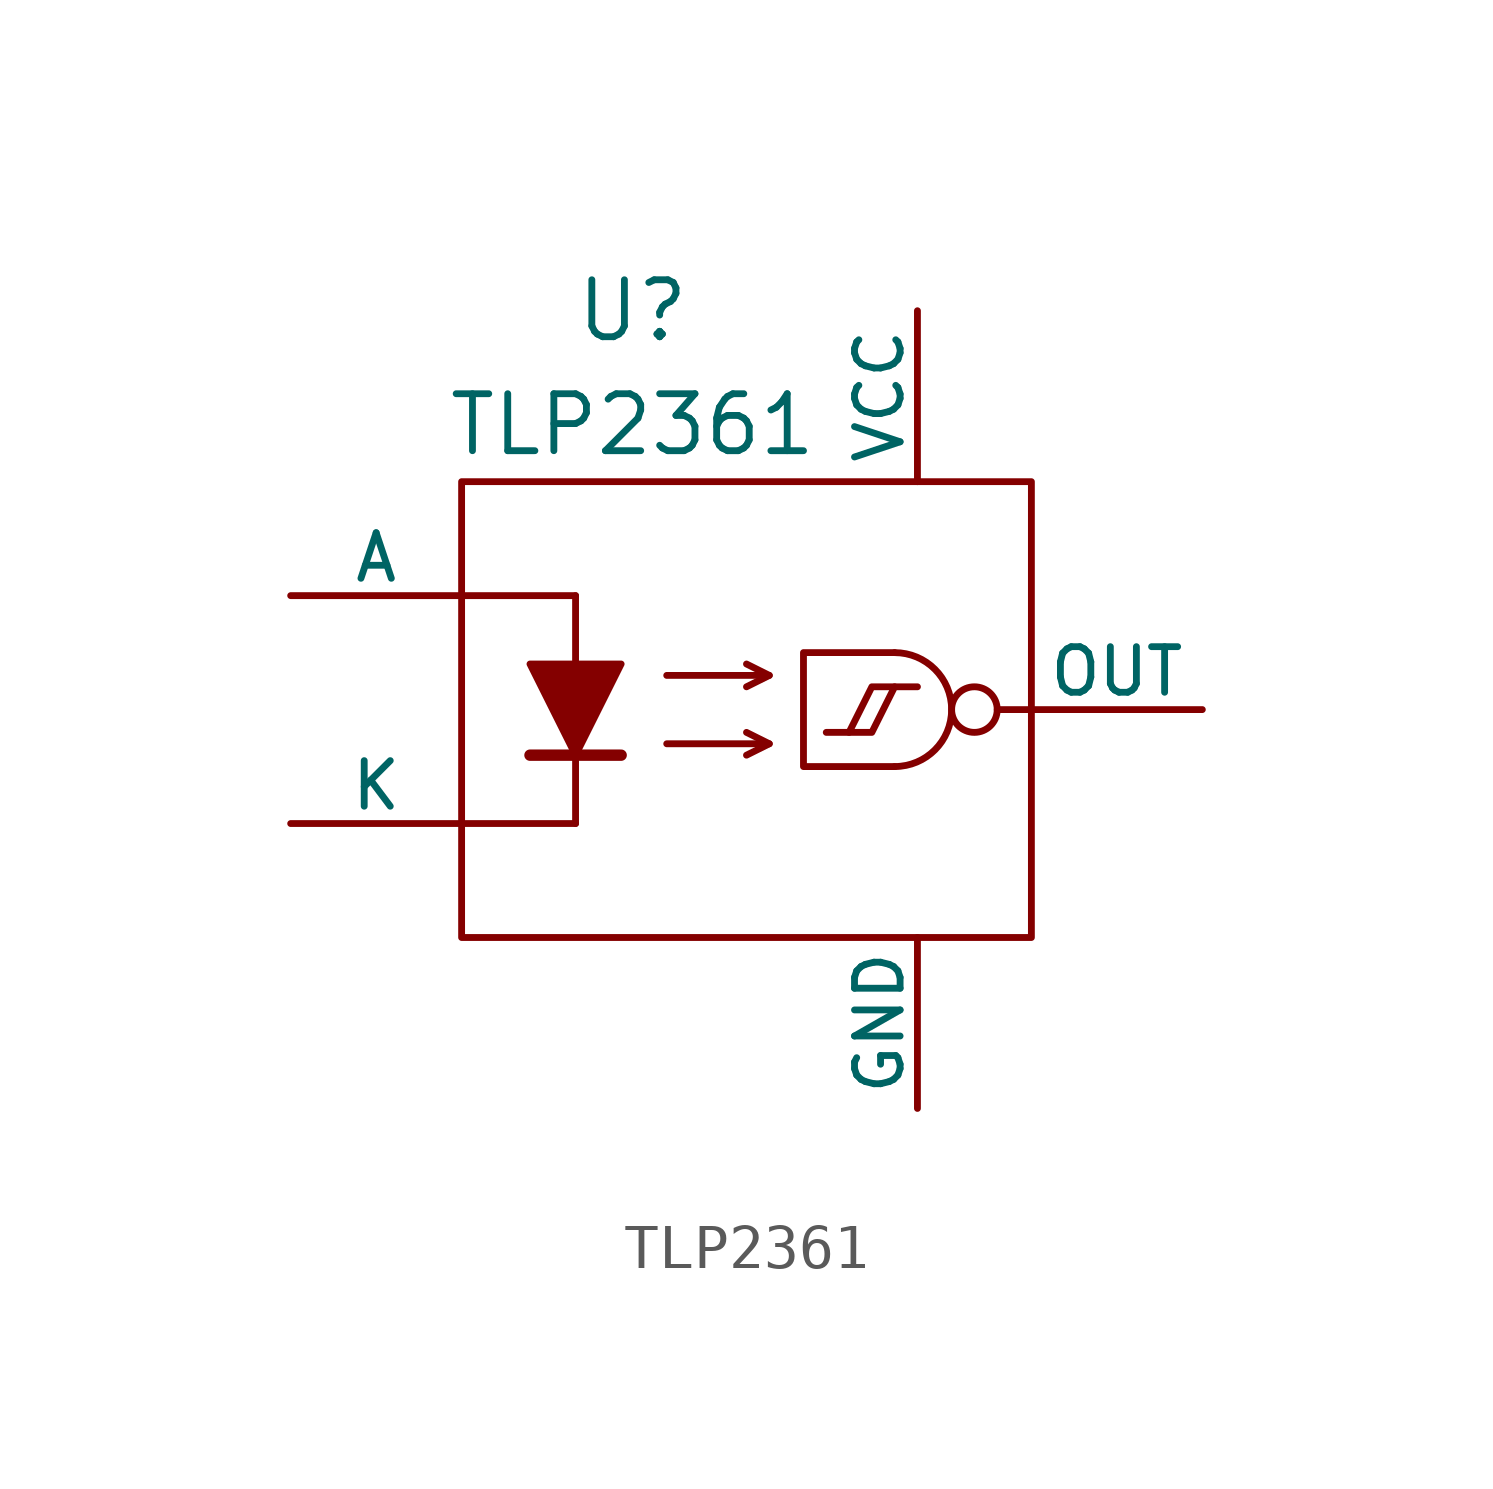
<source format=kicad_sym>
(kicad_symbol_lib
  (version 20211014)
  (generator kicad_symbol_editor)
  (symbol "TLP2361"
    (pin_numbers hide)
    (pin_names
      (offset 0))
    (property "Reference" "U"
      (at -2.54 1.27 0)
      (effects (font (size 1.27 1.27))))
    (property "Value" "TLP2361"
      (at -2.54 -1.27 0)
      (effects (font (size 1.27 1.27))))
    (symbol "TLP2361_0_1"
      (rectangle (start -6.35 -2.54) (end 6.35 -12.7) (stroke (width 0) (type default) (color 0 0 0 0)) (fill (type none)))
      (polyline (pts (xy -4.826 -8.636) (xy -2.794 -8.636)) (stroke (width 0.254) (type default) (color 0 0 0 0)) (fill (type none)))
      (polyline (pts (xy -3.81 -10.16) (xy -6.35 -10.16)) (stroke (width 0) (type default) (color 0 0 0 0)) (fill (type none)))
      (polyline (pts (xy -3.81 -8.636) (xy -3.81 -10.16)) (stroke (width 0) (type default) (color 0 0 0 0)) (fill (type none)))
      (polyline (pts (xy -3.81 -6.604) (xy -3.81 -5.08)) (stroke (width 0) (type default) (color 0 0 0 0)) (fill (type none)))
      (polyline (pts (xy -3.81 -5.08) (xy -6.35 -5.08)) (stroke (width 0) (type default) (color 0 0 0 0)) (fill (type none)))
      (polyline (pts (xy -1.778 -6.858) (xy 0.508 -6.858)) (stroke (width 0) (type default) (color 0 0 0 0)) (fill (type none)))
      (polyline (pts (xy 6.35 -7.62) (xy 5.588 -7.62)) (stroke (width 0) (type default) (color 0 0 0 0)) (fill (type none)))
      (polyline (pts (xy 0 -6.604) (xy 0.508 -6.858) (xy 0 -7.112)) (stroke (width 0) (type default) (color 0 0 0 0)) (fill (type none)))
      (polyline (pts (xy 3.302 -7.112) (xy 2.794 -7.112) (xy 2.286 -8.128)) (stroke (width 0) (type default) (color 0 0 0 0)) (fill (type none)))
      (polyline (pts (xy -4.826 -6.604) (xy -2.794 -6.604) (xy -3.81 -8.636) (xy -4.826 -6.604)) (stroke (width 0) (type default) (color 0 0 0 0)) (fill (type outline)))
      (polyline (pts (xy 1.778 -8.128) (xy 2.794 -8.128) (xy 3.302 -7.112) (xy 3.81 -7.112)) (stroke (width 0) (type default) (color 0 0 0 0)) (fill (type none)))
      (polyline (pts (xy 3.302 -6.35) (xy 1.27 -6.35) (xy 1.27 -8.89) (xy 3.302 -8.89)) (stroke (width 0) (type default) (color 0 0 0 0)) (fill (type none)))
      (arc (start 3.302 -8.89) (mid 4.572 -7.62) (end 3.302 -6.35) (stroke (width 0) (type default) (color 0 0 0 0)) (fill (type none)))
      (circle (center 5.08 -7.62) (radius 0.508) (stroke (width 0) (type default) (color 0 0 0 0)) (fill (type none))))
    (symbol "TLP2361_1_1"
      (polyline (pts (xy -1.778 -8.382) (xy 0.508 -8.382)) (stroke (width 0) (type default) (color 0 0 0 0)) (fill (type none)))
      (polyline (pts (xy 0 -8.128) (xy 0.508 -8.382) (xy 0 -8.636)) (stroke (width 0) (type default) (color 0 0 0 0)) (fill (type none)))
      (pin input line (at -10.16 -5.08 0) (length 3.81) (name "A" (effects (font (size 1.016 1.016)))) (number "1" (effects (font (size 1.016 1.016)))))
      (pin input line (at -10.16 -10.16 0) (length 3.81) (name "K" (effects (font (size 1.016 1.016)))) (number "2" (effects (font (size 1.016 1.016)))))
      (pin power_in line (at 3.81 -16.51 90) (length 3.81) (name "GND" (effects (font (size 1.016 1.016)))) (number "4" (effects (font (size 1.016 1.016)))))
      (pin output line (at 10.16 -7.62 180) (length 3.81) (name "OUT" (effects (font (size 1.016 1.016)))) (number "5" (effects (font (size 1.016 1.016)))))
      (pin power_in line (at 3.81 1.27 270) (length 3.81) (name "VCC" (effects (font (size 1.016 1.016)))) (number "6" (effects (font (size 1.016 1.016))))))))
</source>
